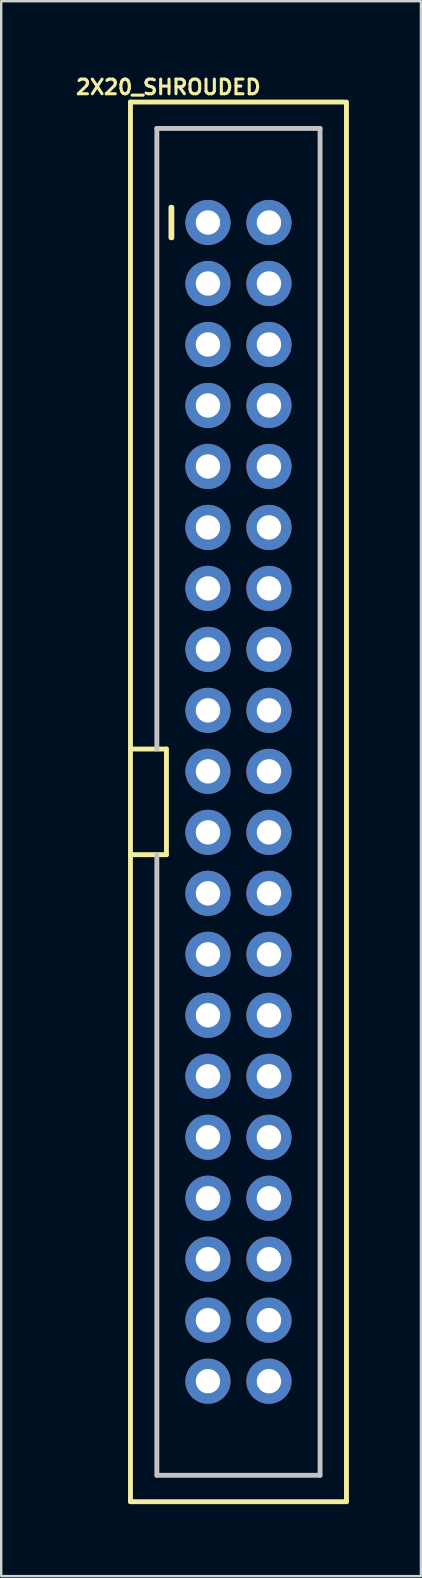
<source format=kicad_pcb>
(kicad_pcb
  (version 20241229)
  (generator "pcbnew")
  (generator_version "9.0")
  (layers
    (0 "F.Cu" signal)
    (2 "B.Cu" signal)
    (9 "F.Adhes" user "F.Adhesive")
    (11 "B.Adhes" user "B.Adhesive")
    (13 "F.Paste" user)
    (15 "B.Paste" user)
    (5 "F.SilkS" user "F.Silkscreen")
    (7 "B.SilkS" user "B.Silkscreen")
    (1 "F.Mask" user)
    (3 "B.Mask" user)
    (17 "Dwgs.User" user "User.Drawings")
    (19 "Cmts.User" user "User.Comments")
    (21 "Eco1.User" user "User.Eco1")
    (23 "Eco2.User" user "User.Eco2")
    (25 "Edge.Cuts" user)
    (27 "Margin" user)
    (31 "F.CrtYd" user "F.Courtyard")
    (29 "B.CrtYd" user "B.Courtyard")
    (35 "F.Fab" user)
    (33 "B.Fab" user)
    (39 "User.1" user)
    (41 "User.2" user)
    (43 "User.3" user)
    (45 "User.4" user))
  (footprint "2X20_SHROUDED"
    (layer "F.Cu")
    (at 6.882 30.348)
    (property "Reference" "2X20_SHROUDED" (at -2.921 -29.769 0) (layer "F.SilkS") (effects (font (size 0.61 0.61) (thickness 0.127))))
    (attr exclude_from_pos_files exclude_from_bom)
    (fp_line (start -4.498 -29.149) (end 4.399 -29.149) (stroke (width 0.203) (type solid)) (layer "F.SilkS"))
    (fp_line (start -4.498 -2.2) (end -3 -2.2) (stroke (width 0.203) (type solid)) (layer "F.SilkS"))
    (fp_line (start -4.498 29.149) (end -4.498 -29.149) (stroke (width 0.203) (type solid)) (layer "F.SilkS"))
    (fp_line (start -3 -2.2) (end -3 2.2) (stroke (width 0.203) (type solid)) (layer "F.SilkS"))
    (fp_line (start -3 2.2) (end -4.498 2.2) (stroke (width 0.203) (type solid)) (layer "F.SilkS"))
    (fp_line (start -2.812 -24.765) (end -2.812 -23.495) (stroke (width 0.203) (type solid)) (layer "F.SilkS"))
    (fp_line (start -2.774 -24.765) (end -2.774 -23.495) (stroke (width 0.203) (type solid)) (layer "F.SilkS"))
    (fp_line (start 4.498 -29.149) (end 4.498 29.149) (stroke (width 0.203) (type solid)) (layer "F.SilkS"))
    (fp_line (start 4.498 29.149) (end -4.498 29.149) (stroke (width 0.203) (type solid)) (layer "F.SilkS"))
    (fp_line (start -3.399 -28.049) (end -3.399 -2.2) (stroke (width 0.203) (type solid)) (layer "Dwgs.User"))
    (fp_line (start -3.399 -28.049) (end 3.399 -28.049) (stroke (width 0.203) (type solid)) (layer "Dwgs.User"))
    (fp_line (start -3.399 28.049) (end -3.399 2.2) (stroke (width 0.203) (type solid)) (layer "Dwgs.User"))
    (fp_line (start -3.399 28.049) (end 3.399 28.049) (stroke (width 0.203) (type solid)) (layer "Dwgs.User"))
    (fp_line (start -1.524 -24.384) (end -1.016 -24.384) (stroke (width 0.066) (type solid)) (layer "Dwgs.User"))
    (fp_line (start -1.524 -23.876) (end -1.524 -24.384) (stroke (width 0.066) (type solid)) (layer "Dwgs.User"))
    (fp_line (start -1.524 -23.876) (end -1.016 -23.876) (stroke (width 0.066) (type solid)) (layer "Dwgs.User"))
    (fp_line (start -1.524 -21.844) (end -1.016 -21.844) (stroke (width 0.066) (type solid)) (layer "Dwgs.User"))
    (fp_line (start -1.524 -21.336) (end -1.524 -21.844) (stroke (width 0.066) (type solid)) (layer "Dwgs.User"))
    (fp_line (start -1.524 -21.336) (end -1.016 -21.336) (stroke (width 0.066) (type solid)) (layer "Dwgs.User"))
    (fp_line (start -1.524 -19.304) (end -1.016 -19.304) (stroke (width 0.066) (type solid)) (layer "Dwgs.User"))
    (fp_line (start -1.524 -18.796) (end -1.524 -19.304) (stroke (width 0.066) (type solid)) (layer "Dwgs.User"))
    (fp_line (start -1.524 -18.796) (end -1.016 -18.796) (stroke (width 0.066) (type solid)) (layer "Dwgs.User"))
    (fp_line (start -1.524 -16.764) (end -1.016 -16.764) (stroke (width 0.066) (type solid)) (layer "Dwgs.User"))
    (fp_line (start -1.524 -16.764) (end -1.016 -16.764) (stroke (width 0.066) (type solid)) (layer "Dwgs.User"))
    (fp_line (start -1.524 -16.256) (end -1.524 -16.764) (stroke (width 0.066) (type solid)) (layer "Dwgs.User"))
    (fp_line (start -1.524 -16.256) (end -1.524 -16.764) (stroke (width 0.066) (type solid)) (layer "Dwgs.User"))
    (fp_line (start -1.524 -16.256) (end -1.016 -16.256) (stroke (width 0.066) (type solid)) (layer "Dwgs.User"))
    (fp_line (start -1.524 -16.256) (end -1.016 -16.256) (stroke (width 0.066) (type solid)) (layer "Dwgs.User"))
    (fp_line (start -1.524 -14.224) (end -1.016 -14.224) (stroke (width 0.066) (type solid)) (layer "Dwgs.User"))
    (fp_line (start -1.524 -13.716) (end -1.524 -14.224) (stroke (width 0.066) (type solid)) (layer "Dwgs.User"))
    (fp_line (start -1.524 -13.716) (end -1.016 -13.716) (stroke (width 0.066) (type solid)) (layer "Dwgs.User"))
    (fp_line (start -1.524 -11.684) (end -1.016 -11.684) (stroke (width 0.066) (type solid)) (layer "Dwgs.User"))
    (fp_line (start -1.524 -11.176) (end -1.524 -11.684) (stroke (width 0.066) (type solid)) (layer "Dwgs.User"))
    (fp_line (start -1.524 -11.176) (end -1.016 -11.176) (stroke (width 0.066) (type solid)) (layer "Dwgs.User"))
    (fp_line (start -1.524 -9.144) (end -1.016 -9.144) (stroke (width 0.066) (type solid)) (layer "Dwgs.User"))
    (fp_line (start -1.524 -8.636) (end -1.524 -9.144) (stroke (width 0.066) (type solid)) (layer "Dwgs.User"))
    (fp_line (start -1.524 -8.636) (end -1.016 -8.636) (stroke (width 0.066) (type solid)) (layer "Dwgs.User"))
    (fp_line (start -1.524 -6.604) (end -1.016 -6.604) (stroke (width 0.066) (type solid)) (layer "Dwgs.User"))
    (fp_line (start -1.524 -6.096) (end -1.524 -6.604) (stroke (width 0.066) (type solid)) (layer "Dwgs.User"))
    (fp_line (start -1.524 -6.096) (end -1.016 -6.096) (stroke (width 0.066) (type solid)) (layer "Dwgs.User"))
    (fp_line (start -1.524 -4.064) (end -1.016 -4.064) (stroke (width 0.066) (type solid)) (layer "Dwgs.User"))
    (fp_line (start -1.524 -4.064) (end -1.016 -4.064) (stroke (width 0.066) (type solid)) (layer "Dwgs.User"))
    (fp_line (start -1.524 -3.556) (end -1.524 -4.064) (stroke (width 0.066) (type solid)) (layer "Dwgs.User"))
    (fp_line (start -1.524 -3.556) (end -1.524 -4.064) (stroke (width 0.066) (type solid)) (layer "Dwgs.User"))
    (fp_line (start -1.524 -3.556) (end -1.016 -3.556) (stroke (width 0.066) (type solid)) (layer "Dwgs.User"))
    (fp_line (start -1.524 -3.556) (end -1.016 -3.556) (stroke (width 0.066) (type solid)) (layer "Dwgs.User"))
    (fp_line (start -1.524 -1.524) (end -1.016 -1.524) (stroke (width 0.066) (type solid)) (layer "Dwgs.User"))
    (fp_line (start -1.524 -1.016) (end -1.524 -1.524) (stroke (width 0.066) (type solid)) (layer "Dwgs.User"))
    (fp_line (start -1.524 -1.016) (end -1.016 -1.016) (stroke (width 0.066) (type solid)) (layer "Dwgs.User"))
    (fp_line (start -1.524 1.016) (end -1.016 1.016) (stroke (width 0.066) (type solid)) (layer "Dwgs.User"))
    (fp_line (start -1.524 1.524) (end -1.524 1.016) (stroke (width 0.066) (type solid)) (layer "Dwgs.User"))
    (fp_line (start -1.524 1.524) (end -1.016 1.524) (stroke (width 0.066) (type solid)) (layer "Dwgs.User"))
    (fp_line (start -1.524 3.556) (end -1.016 3.556) (stroke (width 0.066) (type solid)) (layer "Dwgs.User"))
    (fp_line (start -1.524 3.556) (end -1.016 3.556) (stroke (width 0.066) (type solid)) (layer "Dwgs.User"))
    (fp_line (start -1.524 4.064) (end -1.524 3.556) (stroke (width 0.066) (type solid)) (layer "Dwgs.User"))
    (fp_line (start -1.524 4.064) (end -1.524 3.556) (stroke (width 0.066) (type solid)) (layer "Dwgs.User"))
    (fp_line (start -1.524 4.064) (end -1.016 4.064) (stroke (width 0.066) (type solid)) (layer "Dwgs.User"))
    (fp_line (start -1.524 4.064) (end -1.016 4.064) (stroke (width 0.066) (type solid)) (layer "Dwgs.User"))
    (fp_line (start -1.524 6.096) (end -1.016 6.096) (stroke (width 0.066) (type solid)) (layer "Dwgs.User"))
    (fp_line (start -1.524 6.604) (end -1.524 6.096) (stroke (width 0.066) (type solid)) (layer "Dwgs.User"))
    (fp_line (start -1.524 6.604) (end -1.016 6.604) (stroke (width 0.066) (type solid)) (layer "Dwgs.User"))
    (fp_line (start -1.524 8.636) (end -1.016 8.636) (stroke (width 0.066) (type solid)) (layer "Dwgs.User"))
    (fp_line (start -1.524 9.144) (end -1.524 8.636) (stroke (width 0.066) (type solid)) (layer "Dwgs.User"))
    (fp_line (start -1.524 9.144) (end -1.016 9.144) (stroke (width 0.066) (type solid)) (layer "Dwgs.User"))
    (fp_line (start -1.524 11.176) (end -1.016 11.176) (stroke (width 0.066) (type solid)) (layer "Dwgs.User"))
    (fp_line (start -1.524 11.684) (end -1.524 11.176) (stroke (width 0.066) (type solid)) (layer "Dwgs.User"))
    (fp_line (start -1.524 11.684) (end -1.016 11.684) (stroke (width 0.066) (type solid)) (layer "Dwgs.User"))
    (fp_line (start -1.524 13.716) (end -1.016 13.716) (stroke (width 0.066) (type solid)) (layer "Dwgs.User"))
    (fp_line (start -1.524 14.224) (end -1.524 13.716) (stroke (width 0.066) (type solid)) (layer "Dwgs.User"))
    (fp_line (start -1.524 14.224) (end -1.016 14.224) (stroke (width 0.066) (type solid)) (layer "Dwgs.User"))
    (fp_line (start -1.524 16.256) (end -1.016 16.256) (stroke (width 0.066) (type solid)) (layer "Dwgs.User"))
    (fp_line (start -1.524 16.764) (end -1.524 16.256) (stroke (width 0.066) (type solid)) (layer "Dwgs.User"))
    (fp_line (start -1.524 16.764) (end -1.016 16.764) (stroke (width 0.066) (type solid)) (layer "Dwgs.User"))
    (fp_line (start -1.524 18.796) (end -1.016 18.796) (stroke (width 0.066) (type solid)) (layer "Dwgs.User"))
    (fp_line (start -1.524 19.304) (end -1.524 18.796) (stroke (width 0.066) (type solid)) (layer "Dwgs.User"))
    (fp_line (start -1.524 19.304) (end -1.016 19.304) (stroke (width 0.066) (type solid)) (layer "Dwgs.User"))
    (fp_line (start -1.524 21.336) (end -1.016 21.336) (stroke (width 0.066) (type solid)) (layer "Dwgs.User"))
    (fp_line (start -1.524 21.844) (end -1.524 21.336) (stroke (width 0.066) (type solid)) (layer "Dwgs.User"))
    (fp_line (start -1.524 21.844) (end -1.016 21.844) (stroke (width 0.066) (type solid)) (layer "Dwgs.User"))
    (fp_line (start -1.524 23.876) (end -1.016 23.876) (stroke (width 0.066) (type solid)) (layer "Dwgs.User"))
    (fp_line (start -1.524 24.384) (end -1.524 23.876) (stroke (width 0.066) (type solid)) (layer "Dwgs.User"))
    (fp_line (start -1.524 24.384) (end -1.016 24.384) (stroke (width 0.066) (type solid)) (layer "Dwgs.User"))
    (fp_line (start -1.016 -23.876) (end -1.016 -24.384) (stroke (width 0.066) (type solid)) (layer "Dwgs.User"))
    (fp_line (start -1.016 -21.336) (end -1.016 -21.844) (stroke (width 0.066) (type solid)) (layer "Dwgs.User"))
    (fp_line (start -1.016 -18.796) (end -1.016 -19.304) (stroke (width 0.066) (type solid)) (layer "Dwgs.User"))
    (fp_line (start -1.016 -16.256) (end -1.016 -16.764) (stroke (width 0.066) (type solid)) (layer "Dwgs.User"))
    (fp_line (start -1.016 -16.256) (end -1.016 -16.764) (stroke (width 0.066) (type solid)) (layer "Dwgs.User"))
    (fp_line (start -1.016 -13.716) (end -1.016 -14.224) (stroke (width 0.066) (type solid)) (layer "Dwgs.User"))
    (fp_line (start -1.016 -11.176) (end -1.016 -11.684) (stroke (width 0.066) (type solid)) (layer "Dwgs.User"))
    (fp_line (start -1.016 -8.636) (end -1.016 -9.144) (stroke (width 0.066) (type solid)) (layer "Dwgs.User"))
    (fp_line (start -1.016 -6.096) (end -1.016 -6.604) (stroke (width 0.066) (type solid)) (layer "Dwgs.User"))
    (fp_line (start -1.016 -3.556) (end -1.016 -4.064) (stroke (width 0.066) (type solid)) (layer "Dwgs.User"))
    (fp_line (start -1.016 -3.556) (end -1.016 -4.064) (stroke (width 0.066) (type solid)) (layer "Dwgs.User"))
    (fp_line (start -1.016 -1.016) (end -1.016 -1.524) (stroke (width 0.066) (type solid)) (layer "Dwgs.User"))
    (fp_line (start -1.016 1.524) (end -1.016 1.016) (stroke (width 0.066) (type solid)) (layer "Dwgs.User"))
    (fp_line (start -1.016 4.064) (end -1.016 3.556) (stroke (width 0.066) (type solid)) (layer "Dwgs.User"))
    (fp_line (start -1.016 4.064) (end -1.016 3.556) (stroke (width 0.066) (type solid)) (layer "Dwgs.User"))
    (fp_line (start -1.016 6.604) (end -1.016 6.096) (stroke (width 0.066) (type solid)) (layer "Dwgs.User"))
    (fp_line (start -1.016 9.144) (end -1.016 8.636) (stroke (width 0.066) (type solid)) (layer "Dwgs.User"))
    (fp_line (start -1.016 11.684) (end -1.016 11.176) (stroke (width 0.066) (type solid)) (layer "Dwgs.User"))
    (fp_line (start -1.016 14.224) (end -1.016 13.716) (stroke (width 0.066) (type solid)) (layer "Dwgs.User"))
    (fp_line (start -1.016 16.764) (end -1.016 16.256) (stroke (width 0.066) (type solid)) (layer "Dwgs.User"))
    (fp_line (start -1.016 19.304) (end -1.016 18.796) (stroke (width 0.066) (type solid)) (layer "Dwgs.User"))
    (fp_line (start -1.016 21.844) (end -1.016 21.336) (stroke (width 0.066) (type solid)) (layer "Dwgs.User"))
    (fp_line (start -1.016 24.384) (end -1.016 23.876) (stroke (width 0.066) (type solid)) (layer "Dwgs.User"))
    (fp_line (start 1.016 -24.384) (end 1.524 -24.384) (stroke (width 0.066) (type solid)) (layer "Dwgs.User"))
    (fp_line (start 1.016 -23.876) (end 1.016 -24.384) (stroke (width 0.066) (type solid)) (layer "Dwgs.User"))
    (fp_line (start 1.016 -23.876) (end 1.524 -23.876) (stroke (width 0.066) (type solid)) (layer "Dwgs.User"))
    (fp_line (start 1.016 -21.844) (end 1.524 -21.844) (stroke (width 0.066) (type solid)) (layer "Dwgs.User"))
    (fp_line (start 1.016 -21.336) (end 1.016 -21.844) (stroke (width 0.066) (type solid)) (layer "Dwgs.User"))
    (fp_line (start 1.016 -21.336) (end 1.524 -21.336) (stroke (width 0.066) (type solid)) (layer "Dwgs.User"))
    (fp_line (start 1.016 -19.304) (end 1.524 -19.304) (stroke (width 0.066) (type solid)) (layer "Dwgs.User"))
    (fp_line (start 1.016 -18.796) (end 1.016 -19.304) (stroke (width 0.066) (type solid)) (layer "Dwgs.User"))
    (fp_line (start 1.016 -18.796) (end 1.524 -18.796) (stroke (width 0.066) (type solid)) (layer "Dwgs.User"))
    (fp_line (start 1.016 -16.764) (end 1.524 -16.764) (stroke (width 0.066) (type solid)) (layer "Dwgs.User"))
    (fp_line (start 1.016 -16.764) (end 1.524 -16.764) (stroke (width 0.066) (type solid)) (layer "Dwgs.User"))
    (fp_line (start 1.016 -16.256) (end 1.016 -16.764) (stroke (width 0.066) (type solid)) (layer "Dwgs.User"))
    (fp_line (start 1.016 -16.256) (end 1.016 -16.764) (stroke (width 0.066) (type solid)) (layer "Dwgs.User"))
    (fp_line (start 1.016 -16.256) (end 1.524 -16.256) (stroke (width 0.066) (type solid)) (layer "Dwgs.User"))
    (fp_line (start 1.016 -16.256) (end 1.524 -16.256) (stroke (width 0.066) (type solid)) (layer "Dwgs.User"))
    (fp_line (start 1.016 -14.224) (end 1.524 -14.224) (stroke (width 0.066) (type solid)) (layer "Dwgs.User"))
    (fp_line (start 1.016 -13.716) (end 1.016 -14.224) (stroke (width 0.066) (type solid)) (layer "Dwgs.User"))
    (fp_line (start 1.016 -13.716) (end 1.524 -13.716) (stroke (width 0.066) (type solid)) (layer "Dwgs.User"))
    (fp_line (start 1.016 -11.684) (end 1.524 -11.684) (stroke (width 0.066) (type solid)) (layer "Dwgs.User"))
    (fp_line (start 1.016 -11.176) (end 1.016 -11.684) (stroke (width 0.066) (type solid)) (layer "Dwgs.User"))
    (fp_line (start 1.016 -11.176) (end 1.524 -11.176) (stroke (width 0.066) (type solid)) (layer "Dwgs.User"))
    (fp_line (start 1.016 -9.144) (end 1.524 -9.144) (stroke (width 0.066) (type solid)) (layer "Dwgs.User"))
    (fp_line (start 1.016 -8.636) (end 1.016 -9.144) (stroke (width 0.066) (type solid)) (layer "Dwgs.User"))
    (fp_line (start 1.016 -8.636) (end 1.524 -8.636) (stroke (width 0.066) (type solid)) (layer "Dwgs.User"))
    (fp_line (start 1.016 -6.604) (end 1.524 -6.604) (stroke (width 0.066) (type solid)) (layer "Dwgs.User"))
    (fp_line (start 1.016 -6.096) (end 1.016 -6.604) (stroke (width 0.066) (type solid)) (layer "Dwgs.User"))
    (fp_line (start 1.016 -6.096) (end 1.524 -6.096) (stroke (width 0.066) (type solid)) (layer "Dwgs.User"))
    (fp_line (start 1.016 -4.064) (end 1.524 -4.064) (stroke (width 0.066) (type solid)) (layer "Dwgs.User"))
    (fp_line (start 1.016 -4.064) (end 1.524 -4.064) (stroke (width 0.066) (type solid)) (layer "Dwgs.User"))
    (fp_line (start 1.016 -3.556) (end 1.016 -4.064) (stroke (width 0.066) (type solid)) (layer "Dwgs.User"))
    (fp_line (start 1.016 -3.556) (end 1.016 -4.064) (stroke (width 0.066) (type solid)) (layer "Dwgs.User"))
    (fp_line (start 1.016 -3.556) (end 1.524 -3.556) (stroke (width 0.066) (type solid)) (layer "Dwgs.User"))
    (fp_line (start 1.016 -3.556) (end 1.524 -3.556) (stroke (width 0.066) (type solid)) (layer "Dwgs.User"))
    (fp_line (start 1.016 -1.524) (end 1.524 -1.524) (stroke (width 0.066) (type solid)) (layer "Dwgs.User"))
    (fp_line (start 1.016 -1.016) (end 1.016 -1.524) (stroke (width 0.066) (type solid)) (layer "Dwgs.User"))
    (fp_line (start 1.016 -1.016) (end 1.524 -1.016) (stroke (width 0.066) (type solid)) (layer "Dwgs.User"))
    (fp_line (start 1.016 1.016) (end 1.524 1.016) (stroke (width 0.066) (type solid)) (layer "Dwgs.User"))
    (fp_line (start 1.016 1.524) (end 1.016 1.016) (stroke (width 0.066) (type solid)) (layer "Dwgs.User"))
    (fp_line (start 1.016 1.524) (end 1.524 1.524) (stroke (width 0.066) (type solid)) (layer "Dwgs.User"))
    (fp_line (start 1.016 3.556) (end 1.524 3.556) (stroke (width 0.066) (type solid)) (layer "Dwgs.User"))
    (fp_line (start 1.016 3.556) (end 1.524 3.556) (stroke (width 0.066) (type solid)) (layer "Dwgs.User"))
    (fp_line (start 1.016 4.064) (end 1.016 3.556) (stroke (width 0.066) (type solid)) (layer "Dwgs.User"))
    (fp_line (start 1.016 4.064) (end 1.016 3.556) (stroke (width 0.066) (type solid)) (layer "Dwgs.User"))
    (fp_line (start 1.016 4.064) (end 1.524 4.064) (stroke (width 0.066) (type solid)) (layer "Dwgs.User"))
    (fp_line (start 1.016 4.064) (end 1.524 4.064) (stroke (width 0.066) (type solid)) (layer "Dwgs.User"))
    (fp_line (start 1.016 6.096) (end 1.524 6.096) (stroke (width 0.066) (type solid)) (layer "Dwgs.User"))
    (fp_line (start 1.016 6.604) (end 1.016 6.096) (stroke (width 0.066) (type solid)) (layer "Dwgs.User"))
    (fp_line (start 1.016 6.604) (end 1.524 6.604) (stroke (width 0.066) (type solid)) (layer "Dwgs.User"))
    (fp_line (start 1.016 8.636) (end 1.524 8.636) (stroke (width 0.066) (type solid)) (layer "Dwgs.User"))
    (fp_line (start 1.016 9.144) (end 1.016 8.636) (stroke (width 0.066) (type solid)) (layer "Dwgs.User"))
    (fp_line (start 1.016 9.144) (end 1.524 9.144) (stroke (width 0.066) (type solid)) (layer "Dwgs.User"))
    (fp_line (start 1.016 11.176) (end 1.524 11.176) (stroke (width 0.066) (type solid)) (layer "Dwgs.User"))
    (fp_line (start 1.016 11.684) (end 1.016 11.176) (stroke (width 0.066) (type solid)) (layer "Dwgs.User"))
    (fp_line (start 1.016 11.684) (end 1.524 11.684) (stroke (width 0.066) (type solid)) (layer "Dwgs.User"))
    (fp_line (start 1.016 13.716) (end 1.524 13.716) (stroke (width 0.066) (type solid)) (layer "Dwgs.User"))
    (fp_line (start 1.016 14.224) (end 1.016 13.716) (stroke (width 0.066) (type solid)) (layer "Dwgs.User"))
    (fp_line (start 1.016 14.224) (end 1.524 14.224) (stroke (width 0.066) (type solid)) (layer "Dwgs.User"))
    (fp_line (start 1.016 16.256) (end 1.524 16.256) (stroke (width 0.066) (type solid)) (layer "Dwgs.User"))
    (fp_line (start 1.016 16.764) (end 1.016 16.256) (stroke (width 0.066) (type solid)) (layer "Dwgs.User"))
    (fp_line (start 1.016 16.764) (end 1.524 16.764) (stroke (width 0.066) (type solid)) (layer "Dwgs.User"))
    (fp_line (start 1.016 18.796) (end 1.524 18.796) (stroke (width 0.066) (type solid)) (layer "Dwgs.User"))
    (fp_line (start 1.016 19.304) (end 1.016 18.796) (stroke (width 0.066) (type solid)) (layer "Dwgs.User"))
    (fp_line (start 1.016 19.304) (end 1.524 19.304) (stroke (width 0.066) (type solid)) (layer "Dwgs.User"))
    (fp_line (start 1.016 21.336) (end 1.524 21.336) (stroke (width 0.066) (type solid)) (layer "Dwgs.User"))
    (fp_line (start 1.016 21.844) (end 1.016 21.336) (stroke (width 0.066) (type solid)) (layer "Dwgs.User"))
    (fp_line (start 1.016 21.844) (end 1.524 21.844) (stroke (width 0.066) (type solid)) (layer "Dwgs.User"))
    (fp_line (start 1.016 23.876) (end 1.524 23.876) (stroke (width 0.066) (type solid)) (layer "Dwgs.User"))
    (fp_line (start 1.016 24.384) (end 1.016 23.876) (stroke (width 0.066) (type solid)) (layer "Dwgs.User"))
    (fp_line (start 1.016 24.384) (end 1.524 24.384) (stroke (width 0.066) (type solid)) (layer "Dwgs.User"))
    (fp_line (start 1.524 -23.876) (end 1.524 -24.384) (stroke (width 0.066) (type solid)) (layer "Dwgs.User"))
    (fp_line (start 1.524 -21.336) (end 1.524 -21.844) (stroke (width 0.066) (type solid)) (layer "Dwgs.User"))
    (fp_line (start 1.524 -18.796) (end 1.524 -19.304) (stroke (width 0.066) (type solid)) (layer "Dwgs.User"))
    (fp_line (start 1.524 -16.256) (end 1.524 -16.764) (stroke (width 0.066) (type solid)) (layer "Dwgs.User"))
    (fp_line (start 1.524 -16.256) (end 1.524 -16.764) (stroke (width 0.066) (type solid)) (layer "Dwgs.User"))
    (fp_line (start 1.524 -13.716) (end 1.524 -14.224) (stroke (width 0.066) (type solid)) (layer "Dwgs.User"))
    (fp_line (start 1.524 -11.176) (end 1.524 -11.684) (stroke (width 0.066) (type solid)) (layer "Dwgs.User"))
    (fp_line (start 1.524 -8.636) (end 1.524 -9.144) (stroke (width 0.066) (type solid)) (layer "Dwgs.User"))
    (fp_line (start 1.524 -6.096) (end 1.524 -6.604) (stroke (width 0.066) (type solid)) (layer "Dwgs.User"))
    (fp_line (start 1.524 -3.556) (end 1.524 -4.064) (stroke (width 0.066) (type solid)) (layer "Dwgs.User"))
    (fp_line (start 1.524 -3.556) (end 1.524 -4.064) (stroke (width 0.066) (type solid)) (layer "Dwgs.User"))
    (fp_line (start 1.524 -1.016) (end 1.524 -1.524) (stroke (width 0.066) (type solid)) (layer "Dwgs.User"))
    (fp_line (start 1.524 1.524) (end 1.524 1.016) (stroke (width 0.066) (type solid)) (layer "Dwgs.User"))
    (fp_line (start 1.524 4.064) (end 1.524 3.556) (stroke (width 0.066) (type solid)) (layer "Dwgs.User"))
    (fp_line (start 1.524 4.064) (end 1.524 3.556) (stroke (width 0.066) (type solid)) (layer "Dwgs.User"))
    (fp_line (start 1.524 6.604) (end 1.524 6.096) (stroke (width 0.066) (type solid)) (layer "Dwgs.User"))
    (fp_line (start 1.524 9.144) (end 1.524 8.636) (stroke (width 0.066) (type solid)) (layer "Dwgs.User"))
    (fp_line (start 1.524 11.684) (end 1.524 11.176) (stroke (width 0.066) (type solid)) (layer "Dwgs.User"))
    (fp_line (start 1.524 14.224) (end 1.524 13.716) (stroke (width 0.066) (type solid)) (layer "Dwgs.User"))
    (fp_line (start 1.524 16.764) (end 1.524 16.256) (stroke (width 0.066) (type solid)) (layer "Dwgs.User"))
    (fp_line (start 1.524 19.304) (end 1.524 18.796) (stroke (width 0.066) (type solid)) (layer "Dwgs.User"))
    (fp_line (start 1.524 21.844) (end 1.524 21.336) (stroke (width 0.066) (type solid)) (layer "Dwgs.User"))
    (fp_line (start 1.524 24.384) (end 1.524 23.876) (stroke (width 0.066) (type solid)) (layer "Dwgs.User"))
    (fp_line (start 3.399 -28.049) (end 3.399 28.049) (stroke (width 0.203) (type solid)) (layer "Dwgs.User"))
    (pad "1" thru_hole circle (at -1.27 -24.13) (size 1.88 1.88) (drill 1.016) (layers "*.Cu" "*.Paste" "*.Mask"))
    (pad "2" thru_hole circle (at 1.27 -24.13) (size 1.88 1.88) (drill 1.016) (layers "*.Cu" "*.Paste" "*.Mask"))
    (pad "3" thru_hole circle (at -1.27 -21.59) (size 1.88 1.88) (drill 1.016) (layers "*.Cu" "*.Paste" "*.Mask"))
    (pad "4" thru_hole circle (at 1.27 -21.59) (size 1.88 1.88) (drill 1.016) (layers "*.Cu" "*.Paste" "*.Mask"))
    (pad "5" thru_hole circle (at -1.27 -19.05) (size 1.88 1.88) (drill 1.016) (layers "*.Cu" "*.Paste" "*.Mask"))
    (pad "6" thru_hole circle (at 1.27 -19.05) (size 1.88 1.88) (drill 1.016) (layers "*.Cu" "*.Paste" "*.Mask"))
    (pad "7" thru_hole circle (at -1.27 -16.51) (size 1.88 1.88) (drill 1.016) (layers "*.Cu" "*.Paste" "*.Mask"))
    (pad "8" thru_hole circle (at 1.27 -16.51) (size 1.88 1.88) (drill 1.016) (layers "*.Cu" "*.Paste" "*.Mask"))
    (pad "9" thru_hole circle (at -1.27 -13.97) (size 1.88 1.88) (drill 1.016) (layers "*.Cu" "*.Paste" "*.Mask"))
    (pad "10" thru_hole circle (at 1.27 -13.97) (size 1.88 1.88) (drill 1.016) (layers "*.Cu" "*.Paste" "*.Mask"))
    (pad "11" thru_hole circle (at -1.27 -11.43) (size 1.88 1.88) (drill 1.016) (layers "*.Cu" "*.Paste" "*.Mask"))
    (pad "12" thru_hole circle (at 1.27 -11.43) (size 1.88 1.88) (drill 1.016) (layers "*.Cu" "*.Paste" "*.Mask"))
    (pad "13" thru_hole circle (at -1.27 -8.89) (size 1.88 1.88) (drill 1.016) (layers "*.Cu" "*.Paste" "*.Mask"))
    (pad "14" thru_hole circle (at 1.27 -8.89) (size 1.88 1.88) (drill 1.016) (layers "*.Cu" "*.Paste" "*.Mask"))
    (pad "15" thru_hole circle (at -1.27 -6.35) (size 1.88 1.88) (drill 1.016) (layers "*.Cu" "*.Paste" "*.Mask"))
    (pad "16" thru_hole circle (at 1.27 -6.35) (size 1.88 1.88) (drill 1.016) (layers "*.Cu" "*.Paste" "*.Mask"))
    (pad "17" thru_hole circle (at -1.27 -3.81) (size 1.88 1.88) (drill 1.016) (layers "*.Cu" "*.Paste" "*.Mask"))
    (pad "18" thru_hole circle (at 1.27 -3.81) (size 1.88 1.88) (drill 1.016) (layers "*.Cu" "*.Paste" "*.Mask"))
    (pad "19" thru_hole circle (at -1.27 -1.27) (size 1.88 1.88) (drill 1.016) (layers "*.Cu" "*.Paste" "*.Mask"))
    (pad "20" thru_hole circle (at 1.27 -1.27) (size 1.88 1.88) (drill 1.016) (layers "*.Cu" "*.Paste" "*.Mask"))
    (pad "21" thru_hole circle (at -1.27 1.27) (size 1.88 1.88) (drill 1.016) (layers "*.Cu" "*.Paste" "*.Mask"))
    (pad "22" thru_hole circle (at 1.27 1.27) (size 1.88 1.88) (drill 1.016) (layers "*.Cu" "*.Paste" "*.Mask"))
    (pad "23" thru_hole circle (at -1.27 3.81) (size 1.88 1.88) (drill 1.016) (layers "*.Cu" "*.Paste" "*.Mask"))
    (pad "24" thru_hole circle (at 1.27 3.81) (size 1.88 1.88) (drill 1.016) (layers "*.Cu" "*.Paste" "*.Mask"))
    (pad "25" thru_hole circle (at -1.27 6.35) (size 1.88 1.88) (drill 1.016) (layers "*.Cu" "*.Paste" "*.Mask"))
    (pad "26" thru_hole circle (at 1.27 6.35) (size 1.88 1.88) (drill 1.016) (layers "*.Cu" "*.Paste" "*.Mask"))
    (pad "27" thru_hole circle (at -1.27 8.89) (size 1.88 1.88) (drill 1.016) (layers "*.Cu" "*.Paste" "*.Mask"))
    (pad "28" thru_hole circle (at 1.27 8.89) (size 1.88 1.88) (drill 1.016) (layers "*.Cu" "*.Paste" "*.Mask"))
    (pad "29" thru_hole circle (at -1.27 11.43) (size 1.88 1.88) (drill 1.016) (layers "*.Cu" "*.Paste" "*.Mask"))
    (pad "30" thru_hole circle (at 1.27 11.43) (size 1.88 1.88) (drill 1.016) (layers "*.Cu" "*.Paste" "*.Mask"))
    (pad "31" thru_hole circle (at -1.27 13.97) (size 1.88 1.88) (drill 1.016) (layers "*.Cu" "*.Paste" "*.Mask"))
    (pad "32" thru_hole circle (at 1.27 13.97) (size 1.88 1.88) (drill 1.016) (layers "*.Cu" "*.Paste" "*.Mask"))
    (pad "33" thru_hole circle (at -1.27 16.51) (size 1.88 1.88) (drill 1.016) (layers "*.Cu" "*.Paste" "*.Mask"))
    (pad "34" thru_hole circle (at 1.27 16.51) (size 1.88 1.88) (drill 1.016) (layers "*.Cu" "*.Paste" "*.Mask"))
    (pad "35" thru_hole circle (at -1.27 19.05) (size 1.88 1.88) (drill 1.016) (layers "*.Cu" "*.Paste" "*.Mask"))
    (pad "36" thru_hole circle (at 1.27 19.05) (size 1.88 1.88) (drill 1.016) (layers "*.Cu" "*.Paste" "*.Mask"))
    (pad "37" thru_hole circle (at -1.27 21.59) (size 1.88 1.88) (drill 1.016) (layers "*.Cu" "*.Paste" "*.Mask"))
    (pad "38" thru_hole circle (at 1.27 21.59) (size 1.88 1.88) (drill 1.016) (layers "*.Cu" "*.Paste" "*.Mask"))
    (pad "39" thru_hole circle (at -1.27 24.13) (size 1.88 1.88) (drill 1.016) (layers "*.Cu" "*.Paste" "*.Mask"))
    (pad "40" thru_hole circle (at 1.27 24.13) (size 1.88 1.88) (drill 1.016) (layers "*.Cu" "*.Paste" "*.Mask")))
  (gr_rect
    (start -3 -3)
    (end 14.482 62.599)
    (stroke (width 0.1) (type default))
    (fill no)
    (layer "Edge.Cuts")))
</source>
